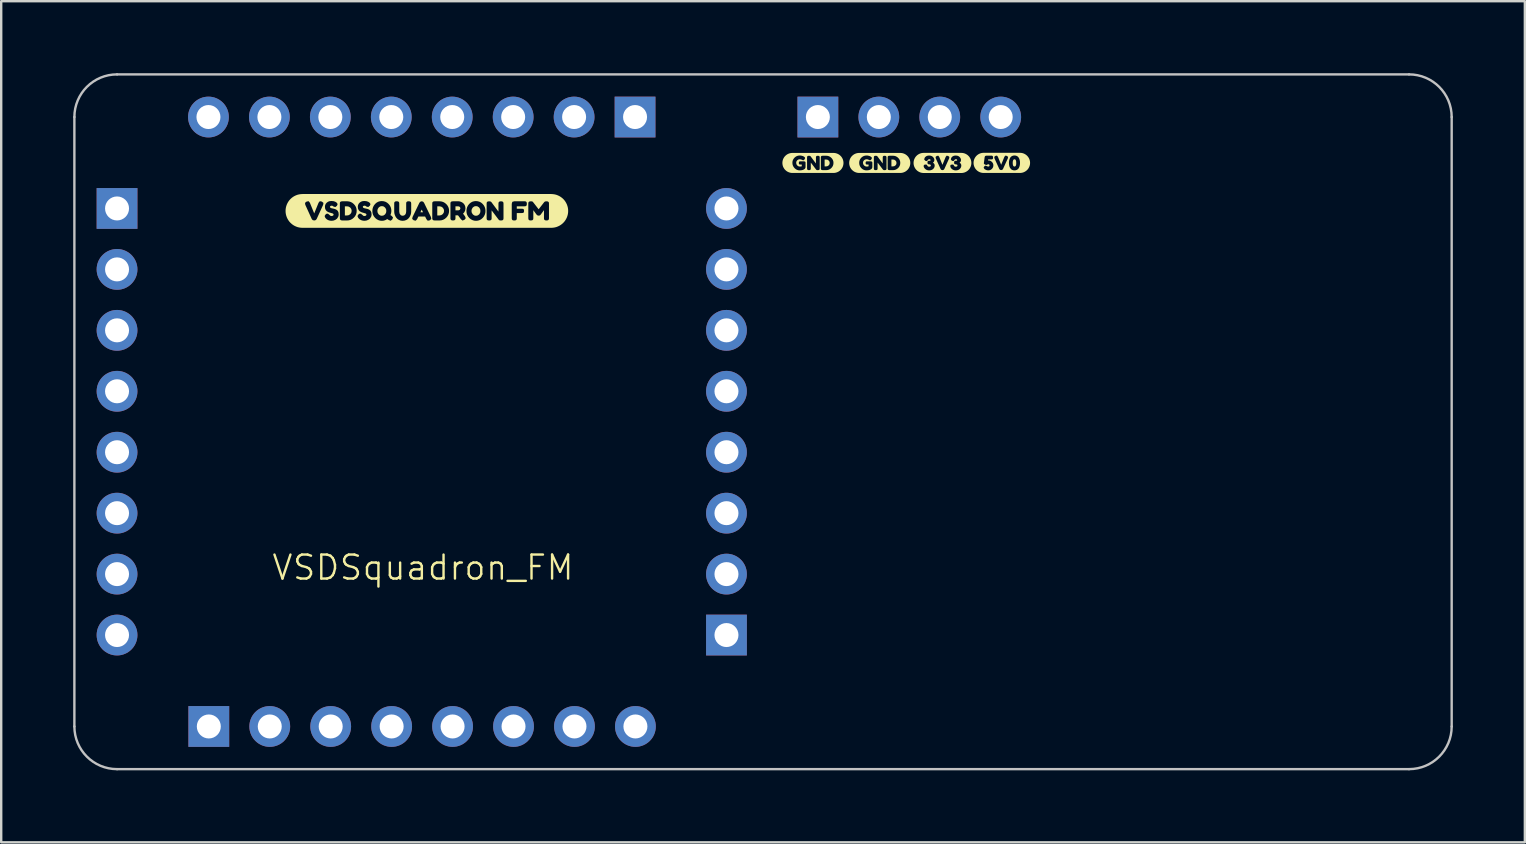
<source format=kicad_pcb>
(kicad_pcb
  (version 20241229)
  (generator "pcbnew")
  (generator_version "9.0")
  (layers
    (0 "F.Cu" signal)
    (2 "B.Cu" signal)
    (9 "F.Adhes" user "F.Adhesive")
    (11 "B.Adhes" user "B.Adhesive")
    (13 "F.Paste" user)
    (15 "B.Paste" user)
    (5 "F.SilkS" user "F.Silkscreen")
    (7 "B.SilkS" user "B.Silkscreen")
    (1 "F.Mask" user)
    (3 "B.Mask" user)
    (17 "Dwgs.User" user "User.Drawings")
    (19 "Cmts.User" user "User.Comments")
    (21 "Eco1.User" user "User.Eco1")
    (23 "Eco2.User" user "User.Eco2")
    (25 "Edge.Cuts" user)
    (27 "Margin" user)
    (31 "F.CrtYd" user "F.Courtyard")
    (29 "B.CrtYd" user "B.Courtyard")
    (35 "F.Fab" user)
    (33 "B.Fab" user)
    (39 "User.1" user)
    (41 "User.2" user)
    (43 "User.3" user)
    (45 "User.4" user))
  (footprint "VSDSquadron_FM"
    (layer "F.Cu")
    (at 14.579 14.51)
    (property "Reference" "VSDSquadron_FM" (at 0 6.096 0) (unlocked yes) (layer "F.SilkS") (effects (font (size 1 1) (thickness 0.1))))
    (attr smd)
    (fp_poly (pts (xy -0.053 -8.825) (xy -0.106 -8.714) (xy 0.001 -8.714) (xy -0.053 -8.825)) (stroke (width 0) (type solid)) (fill yes) (layer "F.SilkS"))
    (fp_poly (pts (xy 1.354 -8.794) (xy 1.48 -8.794) (xy 1.535 -8.815) (xy 1.561 -8.878) (xy 1.537 -8.937) (xy 1.478 -8.961) (xy 1.354 -8.961) (xy 1.354 -8.794)) (stroke (width 0) (type solid)) (fill yes) (layer "F.SilkS"))
    (fp_poly (pts (xy -3.255 -8.58) (xy -3.162 -8.58) (xy -3.09 -8.594) (xy -3.028 -8.636) (xy -2.986 -8.697) (xy -2.972 -8.77) (xy -2.986 -8.843) (xy -3.028 -8.905) (xy -3.09 -8.947) (xy -3.163 -8.961) (xy -3.255 -8.961) (xy -3.255 -8.58)) (stroke (width 0) (type solid)) (fill yes) (layer "F.SilkS"))
    (fp_poly (pts (xy 0.596 -8.58) (xy 0.689 -8.58) (xy 0.761 -8.594) (xy 0.823 -8.636) (xy 0.865 -8.697) (xy 0.879 -8.77) (xy 0.865 -8.843) (xy 0.823 -8.905) (xy 0.761 -8.947) (xy 0.688 -8.961) (xy 0.596 -8.961) (xy 0.596 -8.58)) (stroke (width 0) (type solid)) (fill yes) (layer "F.SilkS"))
    (fp_poly (pts (xy 16.74 -10.626) (xy 16.81 -10.626) (xy 16.864 -10.636) (xy 16.91 -10.667) (xy 16.942 -10.713) (xy 16.952 -10.768) (xy 16.942 -10.823) (xy 16.91 -10.869) (xy 16.864 -10.901) (xy 16.809 -10.911) (xy 16.74 -10.911) (xy 16.74 -10.626)) (stroke (width 0) (type solid)) (fill yes) (layer "F.SilkS"))
    (fp_poly (pts (xy 19.524 -10.626) (xy 19.594 -10.626) (xy 19.648 -10.636) (xy 19.694 -10.667) (xy 19.726 -10.713) (xy 19.736 -10.768) (xy 19.726 -10.823) (xy 19.694 -10.869) (xy 19.648 -10.901) (xy 19.593 -10.911) (xy 19.524 -10.911) (xy 19.524 -10.626)) (stroke (width 0) (type solid)) (fill yes) (layer "F.SilkS"))
    (fp_poly (pts (xy -1.714 -8.566) (xy -1.642 -8.581) (xy -1.581 -8.624) (xy -1.54 -8.689) (xy -1.527 -8.768) (xy -1.54 -8.846) (xy -1.582 -8.911) (xy -1.642 -8.956) (xy -1.713 -8.97) (xy -1.785 -8.956) (xy -1.846 -8.911) (xy -1.887 -8.846) (xy -1.901 -8.768) (xy -1.887 -8.69) (xy -1.846 -8.625) (xy -1.786 -8.581) (xy -1.714 -8.566)) (stroke (width 0) (type solid)) (fill yes) (layer "F.SilkS"))
    (fp_poly (pts (xy 2.208 -8.566) (xy 2.281 -8.581) (xy 2.341 -8.624) (xy 2.382 -8.689) (xy 2.395 -8.768) (xy 2.382 -8.846) (xy 2.341 -8.911) (xy 2.28 -8.956) (xy 2.209 -8.97) (xy 2.137 -8.956) (xy 2.076 -8.911) (xy 2.035 -8.846) (xy 2.021 -8.768) (xy 2.035 -8.691) (xy 2.077 -8.626) (xy 2.137 -8.581) (xy 2.208 -8.566)) (stroke (width 0) (type solid)) (fill yes) (layer "F.SilkS"))
    (fp_poly (pts (xy 24.652 -10.617) (xy 24.688 -10.629) (xy 24.71 -10.655) (xy 24.721 -10.694) (xy 24.726 -10.731) (xy 24.726 -10.766) (xy 24.726 -10.77) (xy 24.722 -10.837) (xy 24.708 -10.885) (xy 24.685 -10.913) (xy 24.653 -10.923) (xy 24.621 -10.913) (xy 24.598 -10.884) (xy 24.584 -10.836) (xy 24.579 -10.769) (xy 24.584 -10.703) (xy 24.598 -10.655) (xy 24.62 -10.627) (xy 24.652 -10.617)) (stroke (width 0) (type solid)) (fill yes) (layer "F.SilkS"))
    (fp_poly (pts (xy 23.367 -11.191) (xy 23.366 -11.191) (xy 23.325 -11.189) (xy 23.285 -11.183) (xy 23.245 -11.173) (xy 23.206 -11.159) (xy 23.169 -11.141) (xy 23.133 -11.12) (xy 23.1 -11.095) (xy 23.07 -11.068) (xy 23.042 -11.037) (xy 23.018 -11.004) (xy 22.997 -10.969) (xy 22.979 -10.932) (xy 22.965 -10.893) (xy 22.955 -10.853) (xy 22.949 -10.812) (xy 22.947 -10.771) (xy 22.949 -10.73) (xy 22.955 -10.69) (xy 22.965 -10.65) (xy 22.979 -10.611) (xy 22.997 -10.574) (xy 23.018 -10.538) (xy 23.042 -10.505) (xy 23.07 -10.475) (xy 23.1 -10.447) (xy 23.133 -10.423) (xy 23.169 -10.402) (xy 23.206 -10.384) (xy 23.245 -10.37) (xy 23.285 -10.36) (xy 23.325 -10.354) (xy 23.366 -10.352) (xy 23.367 -10.352) (xy 23.565 -10.352) (xy 23.565 -10.459) (xy 23.518 -10.463) (xy 23.476 -10.474) (xy 23.417 -10.504) (xy 23.399 -10.519) (xy 23.367 -10.572) (xy 23.398 -10.63) (xy 23.451 -10.659) (xy 23.51 -10.631) (xy 23.56 -10.617) (xy 23.601 -10.63) (xy 23.615 -10.666) (xy 23.6 -10.702) (xy 23.562 -10.716) (xy 23.529 -10.704) (xy 23.481 -10.683) (xy 23.425 -10.701) (xy 23.387 -10.726) (xy 23.376 -10.751) (xy 23.408 -10.995) (xy 23.412 -11.019) (xy 23.422 -11.043) (xy 23.446 -11.065) (xy 23.487 -11.073) (xy 23.683 -11.072) (xy 23.713 -11.071) (xy 23.736 -11.062) (xy 23.755 -11.038) (xy 23.761 -10.992) (xy 23.756 -10.949) (xy 23.737 -10.926) (xy 23.715 -10.918) (xy 23.688 -10.917) (xy 23.555 -10.917) (xy 23.549 -10.871) (xy 23.564 -10.873) (xy 23.568 -10.873) (xy 23.62 -10.866) (xy 23.668 -10.846) (xy 23.712 -10.813) (xy 23.746 -10.77) (xy 23.767 -10.723) (xy 23.773 -10.672) (xy 23.767 -10.615) (xy 23.747 -10.565) (xy 23.713 -10.521) (xy 23.67 -10.487) (xy 23.621 -10.466) (xy 23.565 -10.459) (xy 23.565 -10.352) (xy 24.1 -10.352) (xy 24.1 -10.471) (xy 24.051 -10.482) (xy 24.022 -10.514) (xy 23.819 -10.961) (xy 23.81 -11.021) (xy 23.858 -11.062) (xy 23.923 -11.075) (xy 23.962 -11.026) (xy 24.098 -10.692) (xy 24.233 -11.026) (xy 24.274 -11.074) (xy 24.337 -11.062) (xy 24.387 -11.021) (xy 24.377 -10.961) (xy 24.173 -10.514) (xy 24.144 -10.483) (xy 24.1 -10.471) (xy 24.1 -10.352) (xy 24.656 -10.352) (xy 24.656 -10.459) (xy 24.61 -10.463) (xy 24.569 -10.474) (xy 24.534 -10.491) (xy 24.506 -10.515) (xy 24.464 -10.571) (xy 24.449 -10.604) (xy 24.438 -10.639) (xy 24.426 -10.707) (xy 24.422 -10.77) (xy 24.423 -10.806) (xy 24.427 -10.842) (xy 24.434 -10.88) (xy 24.446 -10.923) (xy 24.463 -10.965) (xy 24.485 -11.001) (xy 24.514 -11.032) (xy 24.553 -11.057) (xy 24.6 -11.074) (xy 24.654 -11.08) (xy 24.707 -11.074) (xy 24.753 -11.058) (xy 24.791 -11.033) (xy 24.82 -11.002) (xy 24.842 -10.966) (xy 24.859 -10.925) (xy 24.871 -10.883) (xy 24.879 -10.844) (xy 24.882 -10.807) (xy 24.883 -10.769) (xy 24.882 -10.731) (xy 24.878 -10.692) (xy 24.87 -10.653) (xy 24.858 -10.611) (xy 24.841 -10.57) (xy 24.819 -10.535) (xy 24.79 -10.505) (xy 24.753 -10.481) (xy 24.707 -10.465) (xy 24.656 -10.459) (xy 24.656 -10.352) (xy 24.883 -10.352) (xy 24.883 -10.352) (xy 24.924 -10.354) (xy 24.965 -10.36) (xy 25.005 -10.37) (xy 25.044 -10.384) (xy 25.081 -10.402) (xy 25.116 -10.423) (xy 25.149 -10.447) (xy 25.18 -10.475) (xy 25.207 -10.505) (xy 25.232 -10.538) (xy 25.253 -10.574) (xy 25.271 -10.611) (xy 25.285 -10.65) (xy 25.295 -10.69) (xy 25.301 -10.73) (xy 25.303 -10.771) (xy 25.301 -10.812) (xy 25.295 -10.853) (xy 25.285 -10.893) (xy 25.271 -10.932) (xy 25.253 -10.969) (xy 25.232 -11.004) (xy 25.207 -11.037) (xy 25.18 -11.068) (xy 25.149 -11.095) (xy 25.116 -11.12) (xy 25.081 -11.141) (xy 25.044 -11.159) (xy 25.005 -11.173) (xy 24.965 -11.183) (xy 24.924 -11.189) (xy 24.883 -11.191) (xy 24.883 -11.191) (xy 23.367 -11.191)) (stroke (width 0) (type solid)) (fill yes) (layer "F.SilkS"))
    (fp_poly (pts (xy 15.397 -11.186) (xy 15.397 -11.186) (xy 15.356 -11.184) (xy 15.315 -11.178) (xy 15.276 -11.168) (xy 15.237 -11.154) (xy 15.2 -11.137) (xy 15.165 -11.116) (xy 15.132 -11.091) (xy 15.102 -11.064) (xy 15.074 -11.034) (xy 15.05 -11.001) (xy 15.029 -10.966) (xy 15.011 -10.929) (xy 14.997 -10.89) (xy 14.988 -10.85) (xy 14.982 -10.81) (xy 14.98 -10.769) (xy 14.982 -10.728) (xy 14.988 -10.688) (xy 14.997 -10.648) (xy 15.011 -10.609) (xy 15.029 -10.572) (xy 15.05 -10.537) (xy 15.074 -10.504) (xy 15.102 -10.474) (xy 15.132 -10.447) (xy 15.165 -10.422) (xy 15.2 -10.401) (xy 15.237 -10.384) (xy 15.276 -10.37) (xy 15.315 -10.36) (xy 15.356 -10.354) (xy 15.397 -10.352) (xy 15.397 -10.352) (xy 15.699 -10.352) (xy 15.699 -10.459) (xy 15.639 -10.465) (xy 15.584 -10.483) (xy 15.533 -10.512) (xy 15.486 -10.553) (xy 15.447 -10.602) (xy 15.419 -10.655) (xy 15.402 -10.714) (xy 15.397 -10.777) (xy 15.402 -10.837) (xy 15.419 -10.892) (xy 15.448 -10.943) (xy 15.487 -10.99) (xy 15.535 -11.029) (xy 15.587 -11.057) (xy 15.644 -11.073) (xy 15.705 -11.079) (xy 15.749 -11.076) (xy 15.797 -11.066) (xy 15.842 -11.052) (xy 15.879 -11.032) (xy 15.903 -11.014) (xy 15.919 -10.996) (xy 15.927 -10.972) (xy 15.907 -10.924) (xy 15.876 -10.889) (xy 15.844 -10.878) (xy 15.798 -10.898) (xy 15.754 -10.916) (xy 15.701 -10.922) (xy 15.644 -10.911) (xy 15.597 -10.879) (xy 15.565 -10.832) (xy 15.554 -10.775) (xy 15.565 -10.716) (xy 15.598 -10.665) (xy 15.647 -10.63) (xy 15.702 -10.618) (xy 15.752 -10.621) (xy 15.788 -10.629) (xy 15.788 -10.703) (xy 15.725 -10.703) (xy 15.701 -10.704) (xy 15.683 -10.711) (xy 15.669 -10.731) (xy 15.665 -10.77) (xy 15.669 -10.808) (xy 15.685 -10.828) (xy 15.704 -10.835) (xy 15.727 -10.836) (xy 15.877 -10.836) (xy 15.91 -10.83) (xy 15.931 -10.819) (xy 15.941 -10.802) (xy 15.945 -10.783) (xy 15.945 -10.761) (xy 15.945 -10.585) (xy 15.925 -10.536) (xy 15.9 -10.512) (xy 15.869 -10.493) (xy 15.821 -10.474) (xy 15.765 -10.463) (xy 15.699 -10.459) (xy 15.699 -10.352) (xy 16.085 -10.352) (xy 16.085 -10.468) (xy 16.041 -10.474) (xy 16.018 -10.493) (xy 16.01 -10.517) (xy 16.008 -10.547) (xy 16.008 -10.992) (xy 16.01 -11.021) (xy 16.018 -11.044) (xy 16.042 -11.062) (xy 16.087 -11.068) (xy 16.126 -11.063) (xy 16.148 -11.052) (xy 16.163 -11.034) (xy 16.378 -10.746) (xy 16.378 -10.992) (xy 16.38 -11.021) (xy 16.388 -11.043) (xy 16.412 -11.062) (xy 16.457 -11.068) (xy 16.501 -11.062) (xy 16.526 -11.042) (xy 16.534 -11.018) (xy 16.535 -10.989) (xy 16.535 -10.546) (xy 16.534 -10.516) (xy 16.526 -10.493) (xy 16.501 -10.474) (xy 16.456 -10.468) (xy 16.412 -10.472) (xy 16.386 -10.491) (xy 16.164 -10.784) (xy 16.164 -10.546) (xy 16.163 -10.516) (xy 16.155 -10.493) (xy 16.131 -10.474) (xy 16.085 -10.468) (xy 16.085 -10.352) (xy 16.661 -10.352) (xy 16.661 -10.469) (xy 16.618 -10.475) (xy 16.594 -10.493) (xy 16.585 -10.517) (xy 16.583 -10.548) (xy 16.583 -10.991) (xy 16.584 -11.02) (xy 16.592 -11.044) (xy 16.617 -11.063) (xy 16.662 -11.069) (xy 16.81 -11.069) (xy 16.869 -11.063) (xy 16.924 -11.047) (xy 16.974 -11.019) (xy 17.021 -10.981) (xy 17.059 -10.935) (xy 17.087 -10.885) (xy 17.104 -10.83) (xy 17.109 -10.772) (xy 17.104 -10.711) (xy 17.087 -10.655) (xy 17.059 -10.604) (xy 17.021 -10.557) (xy 16.974 -10.519) (xy 16.923 -10.491) (xy 16.867 -10.474) (xy 16.807 -10.469) (xy 16.661 -10.469) (xy 16.661 -10.352) (xy 17.109 -10.352) (xy 17.109 -10.352) (xy 17.15 -10.354) (xy 17.191 -10.36) (xy 17.23 -10.37) (xy 17.269 -10.384) (xy 17.306 -10.401) (xy 17.341 -10.422) (xy 17.374 -10.447) (xy 17.404 -10.474) (xy 17.432 -10.504) (xy 17.456 -10.537) (xy 17.477 -10.572) (xy 17.495 -10.609) (xy 17.508 -10.648) (xy 17.518 -10.688) (xy 17.524 -10.728) (xy 17.526 -10.769) (xy 17.524 -10.81) (xy 17.518 -10.85) (xy 17.508 -10.89) (xy 17.495 -10.929) (xy 17.477 -10.966) (xy 17.456 -11.001) (xy 17.432 -11.034) (xy 17.404 -11.064) (xy 17.374 -11.091) (xy 17.341 -11.116) (xy 17.306 -11.137) (xy 17.269 -11.154) (xy 17.23 -11.168) (xy 17.191 -11.178) (xy 17.15 -11.184) (xy 17.109 -11.186) (xy 17.109 -11.186) (xy 15.397 -11.186)) (stroke (width 0) (type solid)) (fill yes) (layer "F.SilkS"))
    (fp_poly (pts (xy 18.181 -11.186) (xy 18.181 -11.186) (xy 18.14 -11.184) (xy 18.099 -11.178) (xy 18.06 -11.168) (xy 18.021 -11.154) (xy 17.984 -11.137) (xy 17.949 -11.116) (xy 17.916 -11.091) (xy 17.886 -11.064) (xy 17.858 -11.034) (xy 17.834 -11.001) (xy 17.813 -10.966) (xy 17.795 -10.929) (xy 17.782 -10.89) (xy 17.772 -10.85) (xy 17.766 -10.81) (xy 17.764 -10.769) (xy 17.766 -10.728) (xy 17.772 -10.688) (xy 17.782 -10.648) (xy 17.795 -10.609) (xy 17.813 -10.572) (xy 17.834 -10.537) (xy 17.858 -10.504) (xy 17.886 -10.474) (xy 17.916 -10.447) (xy 17.949 -10.422) (xy 17.984 -10.401) (xy 18.021 -10.384) (xy 18.06 -10.37) (xy 18.099 -10.36) (xy 18.14 -10.354) (xy 18.181 -10.352) (xy 18.181 -10.352) (xy 18.483 -10.352) (xy 18.483 -10.459) (xy 18.423 -10.465) (xy 18.368 -10.483) (xy 18.317 -10.512) (xy 18.27 -10.553) (xy 18.231 -10.602) (xy 18.203 -10.655) (xy 18.186 -10.714) (xy 18.181 -10.777) (xy 18.187 -10.837) (xy 18.204 -10.892) (xy 18.232 -10.943) (xy 18.271 -10.99) (xy 18.319 -11.029) (xy 18.371 -11.057) (xy 18.428 -11.073) (xy 18.489 -11.079) (xy 18.534 -11.076) (xy 18.581 -11.066) (xy 18.626 -11.052) (xy 18.663 -11.032) (xy 18.687 -11.014) (xy 18.703 -10.996) (xy 18.711 -10.972) (xy 18.692 -10.924) (xy 18.66 -10.889) (xy 18.628 -10.878) (xy 18.582 -10.898) (xy 18.538 -10.916) (xy 18.485 -10.922) (xy 18.428 -10.911) (xy 18.381 -10.879) (xy 18.349 -10.832) (xy 18.338 -10.775) (xy 18.349 -10.716) (xy 18.383 -10.665) (xy 18.431 -10.63) (xy 18.486 -10.618) (xy 18.536 -10.621) (xy 18.572 -10.629) (xy 18.572 -10.703) (xy 18.509 -10.703) (xy 18.486 -10.704) (xy 18.468 -10.711) (xy 18.453 -10.731) (xy 18.449 -10.77) (xy 18.453 -10.808) (xy 18.469 -10.828) (xy 18.488 -10.835) (xy 18.511 -10.836) (xy 18.662 -10.836) (xy 18.695 -10.83) (xy 18.715 -10.819) (xy 18.725 -10.802) (xy 18.729 -10.783) (xy 18.729 -10.761) (xy 18.729 -10.585) (xy 18.709 -10.536) (xy 18.685 -10.512) (xy 18.653 -10.493) (xy 18.605 -10.474) (xy 18.549 -10.463) (xy 18.483 -10.459) (xy 18.483 -10.352) (xy 18.869 -10.352) (xy 18.869 -10.468) (xy 18.825 -10.474) (xy 18.802 -10.493) (xy 18.794 -10.517) (xy 18.792 -10.547) (xy 18.792 -10.992) (xy 18.794 -11.021) (xy 18.802 -11.044) (xy 18.826 -11.062) (xy 18.871 -11.068) (xy 18.91 -11.063) (xy 18.932 -11.052) (xy 18.947 -11.034) (xy 19.162 -10.746) (xy 19.162 -10.992) (xy 19.164 -11.021) (xy 19.172 -11.043) (xy 19.196 -11.062) (xy 19.241 -11.068) (xy 19.286 -11.062) (xy 19.31 -11.042) (xy 19.318 -11.018) (xy 19.319 -10.989) (xy 19.319 -10.546) (xy 19.318 -10.516) (xy 19.31 -10.493) (xy 19.286 -10.474) (xy 19.24 -10.468) (xy 19.196 -10.472) (xy 19.171 -10.491) (xy 18.948 -10.784) (xy 18.948 -10.546) (xy 18.947 -10.516) (xy 18.939 -10.493) (xy 18.915 -10.474) (xy 18.869 -10.468) (xy 18.869 -10.352) (xy 19.445 -10.352) (xy 19.445 -10.469) (xy 19.402 -10.475) (xy 19.378 -10.493) (xy 19.369 -10.517) (xy 19.367 -10.548) (xy 19.367 -10.991) (xy 19.368 -11.02) (xy 19.377 -11.044) (xy 19.401 -11.063) (xy 19.446 -11.069) (xy 19.594 -11.069) (xy 19.653 -11.063) (xy 19.708 -11.047) (xy 19.759 -11.019) (xy 19.805 -10.981) (xy 19.844 -10.935) (xy 19.871 -10.885) (xy 19.888 -10.83) (xy 19.893 -10.772) (xy 19.888 -10.711) (xy 19.871 -10.655) (xy 19.844 -10.604) (xy 19.805 -10.557) (xy 19.758 -10.519) (xy 19.707 -10.491) (xy 19.652 -10.474) (xy 19.591 -10.469) (xy 19.445 -10.469) (xy 19.445 -10.352) (xy 19.893 -10.352) (xy 19.893 -10.352) (xy 19.934 -10.354) (xy 19.975 -10.36) (xy 20.014 -10.37) (xy 20.053 -10.384) (xy 20.09 -10.401) (xy 20.125 -10.422) (xy 20.158 -10.447) (xy 20.188 -10.474) (xy 20.216 -10.504) (xy 20.24 -10.537) (xy 20.261 -10.572) (xy 20.279 -10.609) (xy 20.293 -10.648) (xy 20.303 -10.688) (xy 20.309 -10.728) (xy 20.311 -10.769) (xy 20.309 -10.81) (xy 20.303 -10.85) (xy 20.293 -10.89) (xy 20.279 -10.929) (xy 20.261 -10.966) (xy 20.24 -11.001) (xy 20.216 -11.034) (xy 20.188 -11.064) (xy 20.158 -11.091) (xy 20.125 -11.116) (xy 20.09 -11.137) (xy 20.053 -11.154) (xy 20.014 -11.168) (xy 19.975 -11.178) (xy 19.934 -11.184) (xy 19.893 -11.186) (xy 19.893 -11.186) (xy 18.181 -11.186)) (stroke (width 0) (type solid)) (fill yes) (layer "F.SilkS"))
    (fp_poly (pts (xy 20.866 -11.188) (xy 20.866 -11.188) (xy 20.825 -11.186) (xy 20.784 -11.18) (xy 20.744 -11.17) (xy 20.706 -11.156) (xy 20.669 -11.138) (xy 20.633 -11.117) (xy 20.6 -11.093) (xy 20.57 -11.065) (xy 20.542 -11.035) (xy 20.518 -11.002) (xy 20.497 -10.966) (xy 20.479 -10.929) (xy 20.465 -10.891) (xy 20.455 -10.851) (xy 20.449 -10.81) (xy 20.447 -10.769) (xy 20.449 -10.728) (xy 20.455 -10.687) (xy 20.465 -10.647) (xy 20.479 -10.609) (xy 20.497 -10.572) (xy 20.518 -10.536) (xy 20.542 -10.503) (xy 20.57 -10.473) (xy 20.6 -10.445) (xy 20.633 -10.421) (xy 20.669 -10.4) (xy 20.706 -10.382) (xy 20.744 -10.368) (xy 20.784 -10.358) (xy 20.825 -10.352) (xy 20.866 -10.35) (xy 20.866 -10.35) (xy 21.095 -10.35) (xy 21.095 -10.457) (xy 21.037 -10.464) (xy 20.983 -10.483) (xy 20.935 -10.515) (xy 20.897 -10.556) (xy 20.874 -10.601) (xy 20.866 -10.65) (xy 20.888 -10.69) (xy 20.952 -10.704) (xy 20.999 -10.694) (xy 21.024 -10.654) (xy 21.026 -10.649) (xy 21.032 -10.639) (xy 21.045 -10.626) (xy 21.066 -10.616) (xy 21.096 -10.611) (xy 21.15 -10.624) (xy 21.17 -10.66) (xy 21.153 -10.697) (xy 21.104 -10.71) (xy 21.08 -10.71) (xy 21.06 -10.714) (xy 21.041 -10.724) (xy 21.031 -10.747) (xy 21.026 -10.784) (xy 21.031 -10.827) (xy 21.049 -10.85) (xy 21.071 -10.857) (xy 21.099 -10.858) (xy 21.105 -10.858) (xy 21.145 -10.864) (xy 21.157 -10.886) (xy 21.143 -10.915) (xy 21.104 -10.926) (xy 21.067 -10.917) (xy 21.042 -10.892) (xy 21.016 -10.856) (xy 20.98 -10.846) (xy 20.934 -10.862) (xy 20.891 -10.909) (xy 20.904 -10.968) (xy 20.905 -10.971) (xy 20.91 -10.981) (xy 20.918 -10.995) (xy 20.932 -11.012) (xy 20.951 -11.03) (xy 20.976 -11.048) (xy 21.008 -11.063) (xy 21.048 -11.073) (xy 21.095 -11.077) (xy 21.158 -11.071) (xy 21.211 -11.051) (xy 21.255 -11.019) (xy 21.288 -10.978) (xy 21.308 -10.935) (xy 21.315 -10.889) (xy 21.3 -10.826) (xy 21.256 -10.784) (xy 21.304 -10.737) (xy 21.321 -10.703) (xy 21.327 -10.662) (xy 21.32 -10.606) (xy 21.298 -10.557) (xy 21.261 -10.515) (xy 21.214 -10.483) (xy 21.158 -10.464) (xy 21.095 -10.457) (xy 21.095 -10.35) (xy 21.653 -10.35) (xy 21.653 -10.469) (xy 21.605 -10.479) (xy 21.576 -10.511) (xy 21.373 -10.959) (xy 21.364 -11.018) (xy 21.412 -11.059) (xy 21.476 -11.072) (xy 21.516 -11.023) (xy 21.651 -10.689) (xy 21.787 -11.023) (xy 21.827 -11.072) (xy 21.891 -11.059) (xy 21.94 -11.018) (xy 21.93 -10.959) (xy 21.727 -10.511) (xy 21.697 -10.48) (xy 21.653 -10.469) (xy 21.653 -10.35) (xy 22.205 -10.35) (xy 22.205 -10.457) (xy 22.146 -10.464) (xy 22.093 -10.483) (xy 22.045 -10.515) (xy 22.006 -10.556) (xy 21.984 -10.601) (xy 21.976 -10.65) (xy 21.997 -10.69) (xy 22.062 -10.704) (xy 22.109 -10.694) (xy 22.134 -10.654) (xy 22.136 -10.649) (xy 22.142 -10.639) (xy 22.155 -10.626) (xy 22.176 -10.616) (xy 22.206 -10.611) (xy 22.26 -10.624) (xy 22.28 -10.66) (xy 22.263 -10.697) (xy 22.214 -10.71) (xy 22.19 -10.71) (xy 22.17 -10.714) (xy 22.151 -10.724) (xy 22.141 -10.747) (xy 22.136 -10.784) (xy 22.141 -10.827) (xy 22.159 -10.85) (xy 22.181 -10.857) (xy 22.209 -10.858) (xy 22.215 -10.858) (xy 22.254 -10.864) (xy 22.267 -10.886) (xy 22.253 -10.915) (xy 22.214 -10.926) (xy 22.177 -10.917) (xy 22.152 -10.892) (xy 22.126 -10.856) (xy 22.09 -10.846) (xy 22.044 -10.862) (xy 22.001 -10.909) (xy 22.014 -10.968) (xy 22.015 -10.971) (xy 22.02 -10.981) (xy 22.028 -10.995) (xy 22.042 -11.012) (xy 22.061 -11.03) (xy 22.086 -11.048) (xy 22.118 -11.063) (xy 22.157 -11.073) (xy 22.205 -11.077) (xy 22.268 -11.071) (xy 22.321 -11.051) (xy 22.365 -11.019) (xy 22.398 -10.978) (xy 22.418 -10.935) (xy 22.425 -10.889) (xy 22.41 -10.826) (xy 22.366 -10.784) (xy 22.414 -10.737) (xy 22.431 -10.703) (xy 22.437 -10.662) (xy 22.43 -10.606) (xy 22.408 -10.557) (xy 22.371 -10.515) (xy 22.324 -10.483) (xy 22.268 -10.464) (xy 22.205 -10.457) (xy 22.205 -10.35) (xy 22.437 -10.35) (xy 22.437 -10.35) (xy 22.478 -10.352) (xy 22.519 -10.358) (xy 22.559 -10.368) (xy 22.597 -10.382) (xy 22.634 -10.4) (xy 22.67 -10.421) (xy 22.703 -10.445) (xy 22.733 -10.473) (xy 22.761 -10.503) (xy 22.785 -10.536) (xy 22.806 -10.572) (xy 22.824 -10.609) (xy 22.838 -10.647) (xy 22.848 -10.687) (xy 22.854 -10.728) (xy 22.856 -10.769) (xy 22.854 -10.81) (xy 22.848 -10.851) (xy 22.838 -10.891) (xy 22.824 -10.929) (xy 22.806 -10.966) (xy 22.785 -11.002) (xy 22.761 -11.035) (xy 22.733 -11.065) (xy 22.703 -11.093) (xy 22.67 -11.117) (xy 22.634 -11.138) (xy 22.597 -11.156) (xy 22.559 -11.17) (xy 22.519 -11.18) (xy 22.478 -11.186) (xy 22.437 -11.188) (xy 22.437 -11.188) (xy 20.866 -11.188)) (stroke (width 0) (type solid)) (fill yes) (layer "F.SilkS"))
    (fp_poly (pts (xy -4.928 -9.473) (xy -5.024 -9.473) (xy -5.092 -9.469) (xy -5.161 -9.459) (xy -5.228 -9.443) (xy -5.293 -9.419) (xy -5.355 -9.39) (xy -5.415 -9.354) (xy -5.47 -9.313) (xy -5.521 -9.267) (xy -5.568 -9.216) (xy -5.609 -9.16) (xy -5.644 -9.101) (xy -5.674 -9.038) (xy -5.697 -8.973) (xy -5.714 -8.906) (xy -5.724 -8.838) (xy -5.727 -8.769) (xy -5.724 -8.7) (xy -5.714 -8.632) (xy -5.697 -8.565) (xy -5.674 -8.5) (xy -5.644 -8.437) (xy -5.609 -8.378) (xy -5.568 -8.322) (xy -5.521 -8.271) (xy -5.47 -8.225) (xy -5.415 -8.184) (xy -5.355 -8.148) (xy -5.293 -8.119) (xy -5.228 -8.095) (xy -5.161 -8.079) (xy -5.092 -8.069) (xy -5.024 -8.065) (xy -4.928 -8.065) (xy -4.531 -8.065) (xy -4.531 -8.371) (xy -4.595 -8.385) (xy -4.634 -8.428) (xy -4.905 -9.024) (xy -4.917 -9.104) (xy -4.853 -9.158) (xy -4.767 -9.175) (xy -4.714 -9.11) (xy -4.533 -8.665) (xy -4.352 -9.11) (xy -4.299 -9.175) (xy -4.214 -9.158) (xy -4.148 -9.103) (xy -4.161 -9.024) (xy -4.433 -8.428) (xy -4.472 -8.386) (xy -4.531 -8.371) (xy -4.531 -8.065) (xy -3.807 -8.065) (xy -3.807 -8.358) (xy -3.871 -8.363) (xy -3.924 -8.376) (xy -3.968 -8.395) (xy -4.004 -8.416) (xy -4.031 -8.439) (xy -4.051 -8.459) (xy -4.064 -8.475) (xy -4.071 -8.483) (xy -4.1 -8.557) (xy -4.051 -8.631) (xy -4.004 -8.657) (xy -3.954 -8.649) (xy -3.903 -8.608) (xy -3.856 -8.566) (xy -3.811 -8.555) (xy -3.744 -8.572) (xy -3.723 -8.625) (xy -3.753 -8.66) (xy -3.843 -8.687) (xy -3.897 -8.702) (xy -3.94 -8.717) (xy -4.005 -8.754) (xy -4.05 -8.803) (xy -4.078 -8.865) (xy -4.087 -8.94) (xy -4.078 -9.006) (xy -4.053 -9.064) (xy -4.01 -9.114) (xy -3.955 -9.153) (xy -3.89 -9.176) (xy -3.817 -9.183) (xy -3.73 -9.176) (xy -3.658 -9.153) (xy -3.598 -9.115) (xy -3.557 -9.056) (xy -3.584 -8.985) (xy -3.652 -8.93) (xy -3.729 -8.951) (xy -3.742 -8.962) (xy -3.758 -8.975) (xy -3.78 -8.984) (xy -3.818 -8.988) (xy -3.86 -8.973) (xy -3.879 -8.938) (xy -3.859 -8.901) (xy -3.813 -8.881) (xy -3.744 -8.867) (xy -3.67 -8.849) (xy -3.606 -8.819) (xy -3.555 -8.776) (xy -3.523 -8.714) (xy -3.512 -8.628) (xy -3.517 -8.574) (xy -3.532 -8.524) (xy -3.582 -8.447) (xy -3.652 -8.396) (xy -3.73 -8.367) (xy -3.807 -8.358) (xy -3.807 -8.065) (xy -3.36 -8.065) (xy -3.36 -8.371) (xy -3.418 -8.379) (xy -3.449 -8.403) (xy -3.461 -8.435) (xy -3.464 -8.476) (xy -3.464 -9.068) (xy -3.463 -9.106) (xy -3.452 -9.138) (xy -3.42 -9.163) (xy -3.359 -9.171) (xy -3.162 -9.171) (xy -3.083 -9.163) (xy -3.01 -9.142) (xy -2.942 -9.105) (xy -2.881 -9.054) (xy -2.829 -8.993) (xy -2.792 -8.926) (xy -2.77 -8.853) (xy -2.763 -8.775) (xy -2.77 -8.694) (xy -2.792 -8.62) (xy -2.829 -8.551) (xy -2.881 -8.489) (xy -2.943 -8.437) (xy -3.011 -8.4) (xy -3.085 -8.378) (xy -3.166 -8.371) (xy -3.36 -8.371) (xy -3.36 -8.065) (xy -2.437 -8.065) (xy -2.437 -8.358) (xy -2.501 -8.363) (xy -2.554 -8.376) (xy -2.599 -8.395) (xy -2.634 -8.416) (xy -2.661 -8.439) (xy -2.681 -8.459) (xy -2.694 -8.475) (xy -2.701 -8.483) (xy -2.73 -8.557) (xy -2.681 -8.631) (xy -2.634 -8.657) (xy -2.584 -8.649) (xy -2.533 -8.608) (xy -2.486 -8.566) (xy -2.441 -8.555) (xy -2.374 -8.572) (xy -2.353 -8.625) (xy -2.383 -8.66) (xy -2.473 -8.687) (xy -2.527 -8.702) (xy -2.57 -8.717) (xy -2.635 -8.754) (xy -2.68 -8.803) (xy -2.708 -8.865) (xy -2.717 -8.94) (xy -2.708 -9.006) (xy -2.683 -9.064) (xy -2.64 -9.114) (xy -2.585 -9.153) (xy -2.52 -9.176) (xy -2.447 -9.183) (xy -2.361 -9.176) (xy -2.288 -9.153) (xy -2.228 -9.115) (xy -2.187 -9.056) (xy -2.215 -8.985) (xy -2.282 -8.93) (xy -2.359 -8.951) (xy -2.372 -8.962) (xy -2.388 -8.975) (xy -2.41 -8.984) (xy -2.448 -8.988) (xy -2.49 -8.973) (xy -2.509 -8.938) (xy -2.489 -8.901) (xy -2.443 -8.881) (xy -2.374 -8.867) (xy -2.3 -8.849) (xy -2.236 -8.819) (xy -2.185 -8.776) (xy -2.153 -8.714) (xy -2.142 -8.628) (xy -2.147 -8.574) (xy -2.162 -8.524) (xy -2.212 -8.447) (xy -2.282 -8.396) (xy -2.36 -8.367) (xy -2.437 -8.358) (xy -2.437 -8.065) (xy -1.709 -8.065) (xy -1.709 -8.357) (xy -1.789 -8.364) (xy -1.863 -8.387) (xy -1.931 -8.424) (xy -1.993 -8.476) (xy -2.044 -8.539) (xy -2.081 -8.607) (xy -2.103 -8.682) (xy -2.11 -8.763) (xy -2.103 -8.847) (xy -2.082 -8.924) (xy -2.046 -8.995) (xy -1.996 -9.059) (xy -1.936 -9.112) (xy -1.869 -9.15) (xy -1.797 -9.172) (xy -1.718 -9.18) (xy -1.637 -9.172) (xy -1.563 -9.15) (xy -1.496 -9.113) (xy -1.434 -9.06) (xy -1.383 -8.997) (xy -1.346 -8.927) (xy -1.325 -8.851) (xy -1.317 -8.768) (xy -1.327 -8.681) (xy -1.355 -8.595) (xy -1.304 -8.561) (xy -1.249 -8.497) (xy -1.278 -8.415) (xy -1.346 -8.36) (xy -1.424 -8.389) (xy -1.488 -8.43) (xy -1.557 -8.39) (xy -1.631 -8.365) (xy -1.709 -8.357) (xy -1.709 -8.065) (xy -0.847 -8.065) (xy -0.847 -8.357) (xy -0.927 -8.366) (xy -0.999 -8.392) (xy -1.061 -8.432) (xy -1.111 -8.484) (xy -1.149 -8.544) (xy -1.176 -8.609) (xy -1.194 -8.677) (xy -1.199 -8.746) (xy -1.199 -9.067) (xy -1.198 -9.106) (xy -1.187 -9.138) (xy -1.155 -9.164) (xy -1.094 -9.172) (xy -1.034 -9.164) (xy -1.003 -9.138) (xy -0.991 -9.106) (xy -0.989 -9.065) (xy -0.989 -8.746) (xy -0.977 -8.665) (xy -0.932 -8.598) (xy -0.892 -8.575) (xy -0.843 -8.568) (xy -0.785 -8.58) (xy -0.739 -8.617) (xy -0.71 -8.674) (xy -0.7 -8.747) (xy -0.7 -9.072) (xy -0.698 -9.109) (xy -0.687 -9.139) (xy -0.655 -9.164) (xy -0.595 -9.172) (xy -0.536 -9.164) (xy -0.504 -9.137) (xy -0.493 -9.105) (xy -0.491 -9.065) (xy -0.491 -8.744) (xy -0.497 -8.675) (xy -0.514 -8.606) (xy -0.543 -8.542) (xy -0.581 -8.482) (xy -0.631 -8.431) (xy -0.694 -8.391) (xy -0.767 -8.366) (xy -0.847 -8.357) (xy -0.847 -8.065) (xy 0.198 -8.065) (xy 0.198 -8.361) (xy 0.142 -8.427) (xy 0.089 -8.536) (xy -0.192 -8.536) (xy -0.245 -8.426) (xy -0.302 -8.362) (xy -0.386 -8.379) (xy -0.45 -8.434) (xy -0.435 -8.515) (xy -0.148 -9.11) (xy -0.108 -9.154) (xy -0.051 -9.171) (xy 0.004 -9.155) (xy 0.044 -9.109) (xy 0.331 -8.515) (xy 0.346 -8.434) (xy 0.283 -8.378) (xy 0.198 -8.361) (xy 0.198 -8.065) (xy 0.491 -8.065) (xy 0.491 -8.371) (xy 0.433 -8.379) (xy 0.402 -8.403) (xy 0.39 -8.435) (xy 0.387 -8.476) (xy 0.387 -9.068) (xy 0.389 -9.106) (xy 0.399 -9.138) (xy 0.432 -9.163) (xy 0.492 -9.171) (xy 0.689 -9.171) (xy 0.768 -9.163) (xy 0.841 -9.142) (xy 0.909 -9.105) (xy 0.971 -9.054) (xy 1.022 -8.993) (xy 1.059 -8.926) (xy 1.081 -8.853) (xy 1.088 -8.775) (xy 1.081 -8.694) (xy 1.059 -8.62) (xy 1.022 -8.551) (xy 0.971 -8.489) (xy 0.909 -8.437) (xy 0.84 -8.4) (xy 0.766 -8.378) (xy 0.686 -8.371) (xy 0.491 -8.371) (xy 0.491 -8.065) (xy 1.647 -8.065) (xy 1.647 -8.367) (xy 1.583 -8.42) (xy 1.46 -8.586) (xy 1.354 -8.586) (xy 1.354 -8.475) (xy 1.352 -8.435) (xy 1.341 -8.404) (xy 1.309 -8.379) (xy 1.249 -8.371) (xy 1.189 -8.379) (xy 1.157 -8.405) (xy 1.146 -8.437) (xy 1.145 -8.476) (xy 1.145 -9.067) (xy 1.146 -9.105) (xy 1.157 -9.136) (xy 1.189 -9.163) (xy 1.25 -9.171) (xy 1.48 -9.171) (xy 1.526 -9.166) (xy 1.574 -9.152) (xy 1.622 -9.13) (xy 1.668 -9.1) (xy 1.709 -9.059) (xy 1.742 -9.006) (xy 1.763 -8.945) (xy 1.771 -8.877) (xy 1.759 -8.791) (xy 1.726 -8.717) (xy 1.67 -8.655) (xy 1.752 -8.545) (xy 1.783 -8.466) (xy 1.728 -8.398) (xy 1.647 -8.367) (xy 1.647 -8.065) (xy 2.214 -8.065) (xy 2.214 -8.357) (xy 2.134 -8.364) (xy 2.06 -8.387) (xy 1.992 -8.424) (xy 1.93 -8.476) (xy 1.878 -8.539) (xy 1.841 -8.607) (xy 1.819 -8.682) (xy 1.812 -8.763) (xy 1.819 -8.847) (xy 1.84 -8.924) (xy 1.876 -8.995) (xy 1.926 -9.059) (xy 1.987 -9.112) (xy 2.053 -9.15) (xy 2.126 -9.172) (xy 2.204 -9.18) (xy 2.285 -9.172) (xy 2.359 -9.15) (xy 2.427 -9.113) (xy 2.488 -9.06) (xy 2.539 -8.997) (xy 2.576 -8.927) (xy 2.598 -8.851) (xy 2.605 -8.768) (xy 2.598 -8.686) (xy 2.576 -8.611) (xy 2.54 -8.541) (xy 2.49 -8.478) (xy 2.429 -8.425) (xy 2.363 -8.387) (xy 2.291 -8.365) (xy 2.214 -8.357) (xy 2.214 -8.065) (xy 2.756 -8.065) (xy 2.756 -8.37) (xy 2.697 -8.378) (xy 2.666 -8.403) (xy 2.655 -8.435) (xy 2.653 -8.475) (xy 2.653 -9.069) (xy 2.655 -9.107) (xy 2.667 -9.138) (xy 2.698 -9.162) (xy 2.758 -9.17) (xy 2.81 -9.163) (xy 2.84 -9.148) (xy 2.86 -9.125) (xy 3.146 -8.74) (xy 3.146 -9.069) (xy 3.149 -9.107) (xy 3.16 -9.137) (xy 3.192 -9.162) (xy 3.252 -9.17) (xy 3.311 -9.162) (xy 3.343 -9.135) (xy 3.354 -9.104) (xy 3.356 -9.064) (xy 3.356 -8.474) (xy 3.354 -8.434) (xy 3.343 -8.403) (xy 3.311 -8.378) (xy 3.25 -8.37) (xy 3.191 -8.376) (xy 3.158 -8.4) (xy 2.861 -8.792) (xy 2.861 -8.474) (xy 2.86 -8.434) (xy 2.849 -8.403) (xy 2.817 -8.378) (xy 2.756 -8.37) (xy 2.756 -8.065) (xy 3.804 -8.065) (xy 3.804 -8.37) (xy 3.745 -8.378) (xy 3.713 -8.404) (xy 3.702 -8.435) (xy 3.7 -8.475) (xy 3.7 -9.067) (xy 3.724 -9.148) (xy 3.808 -9.171) (xy 4.227 -9.171) (xy 4.265 -9.169) (xy 4.296 -9.158) (xy 4.322 -9.126) (xy 4.33 -9.065) (xy 4.322 -9.005) (xy 4.295 -8.974) (xy 4.264 -8.963) (xy 4.224 -8.961) (xy 3.91 -8.961) (xy 3.91 -8.859) (xy 4.12 -8.859) (xy 4.157 -8.858) (xy 4.185 -8.848) (xy 4.207 -8.821) (xy 4.213 -8.768) (xy 4.207 -8.718) (xy 4.184 -8.692) (xy 4.156 -8.683) (xy 4.119 -8.681) (xy 3.91 -8.681) (xy 3.91 -8.474) (xy 3.908 -8.434) (xy 3.897 -8.403) (xy 3.865 -8.378) (xy 3.804 -8.37) (xy 3.804 -8.065) (xy 4.493 -8.065) (xy 4.493 -8.371) (xy 4.434 -8.379) (xy 4.403 -8.404) (xy 4.393 -8.436) (xy 4.39 -8.476) (xy 4.39 -9.067) (xy 4.392 -9.105) (xy 4.403 -9.136) (xy 4.435 -9.162) (xy 4.496 -9.17) (xy 4.526 -9.168) (xy 4.547 -9.165) (xy 4.561 -9.16) (xy 4.571 -9.154) (xy 4.58 -9.146) (xy 4.587 -9.138) (xy 4.821 -8.838) (xy 5.053 -9.136) (xy 5.087 -9.163) (xy 5.148 -9.17) (xy 5.207 -9.162) (xy 5.239 -9.136) (xy 5.25 -9.104) (xy 5.252 -9.064) (xy 5.252 -8.474) (xy 5.25 -8.435) (xy 5.238 -8.404) (xy 5.207 -8.379) (xy 5.147 -8.371) (xy 5.087 -8.379) (xy 5.055 -8.405) (xy 5.044 -8.437) (xy 5.043 -8.476) (xy 5.043 -8.801) (xy 4.909 -8.619) (xy 4.902 -8.61) (xy 4.891 -8.597) (xy 4.876 -8.586) (xy 4.852 -8.576) (xy 4.821 -8.572) (xy 4.769 -8.584) (xy 4.731 -8.619) (xy 4.599 -8.8) (xy 4.599 -8.474) (xy 4.597 -8.435) (xy 4.586 -8.404) (xy 4.554 -8.379) (xy 4.493 -8.371) (xy 4.493 -8.065) (xy 5.252 -8.065) (xy 5.348 -8.065) (xy 5.416 -8.069) (xy 5.485 -8.079) (xy 5.552 -8.095) (xy 5.617 -8.119) (xy 5.679 -8.148) (xy 5.739 -8.184) (xy 5.794 -8.225) (xy 5.845 -8.271) (xy 5.892 -8.322) (xy 5.933 -8.378) (xy 5.968 -8.437) (xy 5.998 -8.5) (xy 6.021 -8.565) (xy 6.038 -8.632) (xy 6.048 -8.7) (xy 6.051 -8.769) (xy 6.048 -8.838) (xy 6.038 -8.906) (xy 6.021 -8.973) (xy 5.998 -9.038) (xy 5.968 -9.101) (xy 5.933 -9.16) (xy 5.892 -9.216) (xy 5.845 -9.267) (xy 5.794 -9.313) (xy 5.739 -9.354) (xy 5.679 -9.39) (xy 5.617 -9.419) (xy 5.552 -9.443) (xy 5.485 -9.459) (xy 5.416 -9.469) (xy 5.348 -9.473) (xy 5.252 -9.473) (xy -4.928 -9.473)) (stroke (width 0) (type solid)) (fill yes) (layer "F.SilkS"))
    (fp_line (start -14.529 12.718) (end -14.529 -12.682) (stroke (width 0.1) (type default)) (layer "Dwgs.User"))
    (fp_line (start -12.751 -14.46) (end 41.097 -14.46) (stroke (width 0.1) (type default)) (layer "Dwgs.User"))
    (fp_line (start 41.097 14.496) (end -12.751 14.496) (stroke (width 0.1) (type default)) (layer "Dwgs.User"))
    (fp_line (start 42.875 -12.682) (end 42.875 12.718) (stroke (width 0.1) (type default)) (layer "Dwgs.User"))
    (fp_arc (start -14.528764 -12.681764) (mid -14.008 -13.939) (end -12.750764 -14.459764) (stroke (width 0.1) (type default)) (layer "Dwgs.User"))
    (fp_arc (start -12.750764 14.496236) (mid -14.008 13.975472) (end -14.528764 12.718236) (stroke (width 0.1) (type default)) (layer "Dwgs.User"))
    (fp_arc (start 41.097236 -14.459764) (mid 42.354447 -13.938975) (end 42.875236 -12.681764) (stroke (width 0.1) (type default)) (layer "Dwgs.User"))
    (fp_arc (start 42.875236 12.718236) (mid 42.354461 13.975461) (end 41.097236 14.496236) (stroke (width 0.1) (type default)) (layer "Dwgs.User"))
    (pad "1" thru_hole rect (at -12.751 -8.872) (size 1.7 1.7) (drill 1) (layers "*.Cu" "*.Mask"))
    (pad "2" thru_hole oval (at -12.751 -6.332) (size 1.7 1.7) (drill 1) (layers "*.Cu" "*.Mask"))
    (pad "3" thru_hole oval (at -12.751 -3.792) (size 1.7 1.7) (drill 1) (layers "*.Cu" "*.Mask"))
    (pad "4" thru_hole oval (at -12.751 -1.252) (size 1.7 1.7) (drill 1) (layers "*.Cu" "*.Mask"))
    (pad "5" thru_hole oval (at -12.751 1.288) (size 1.7 1.7) (drill 1) (layers "*.Cu" "*.Mask"))
    (pad "6" thru_hole oval (at -12.751 3.828) (size 1.7 1.7) (drill 1) (layers "*.Cu" "*.Mask"))
    (pad "7" thru_hole oval (at -12.751 6.368) (size 1.7 1.7) (drill 1) (layers "*.Cu" "*.Mask"))
    (pad "8" thru_hole oval (at -12.751 8.908) (size 1.7 1.7) (drill 1) (layers "*.Cu" "*.Mask"))
    (pad "9" thru_hole rect (at -8.926 12.718 90) (size 1.7 1.7) (drill 1) (layers "*.Cu" "*.Mask"))
    (pad "10" thru_hole oval (at -6.386 12.718 90) (size 1.7 1.7) (drill 1) (layers "*.Cu" "*.Mask"))
    (pad "11" thru_hole oval (at -3.846 12.718 90) (size 1.7 1.7) (drill 1) (layers "*.Cu" "*.Mask"))
    (pad "12" thru_hole oval (at -1.306 12.718 90) (size 1.7 1.7) (drill 1) (layers "*.Cu" "*.Mask"))
    (pad "13" thru_hole oval (at 1.234 12.718 90) (size 1.7 1.7) (drill 1) (layers "*.Cu" "*.Mask"))
    (pad "14" thru_hole oval (at 3.774 12.718 90) (size 1.7 1.7) (drill 1) (layers "*.Cu" "*.Mask"))
    (pad "15" thru_hole oval (at 6.314 12.718 90) (size 1.7 1.7) (drill 1) (layers "*.Cu" "*.Mask"))
    (pad "16" thru_hole oval (at 8.854 12.718 90) (size 1.7 1.7) (drill 1) (layers "*.Cu" "*.Mask"))
    (pad "17" thru_hole rect (at 12.649 8.908 180) (size 1.7 1.7) (drill 1) (layers "*.Cu" "*.Mask"))
    (pad "18" thru_hole oval (at 12.649 6.368 180) (size 1.7 1.7) (drill 1) (layers "*.Cu" "*.Mask"))
    (pad "19" thru_hole oval (at 12.649 3.828 180) (size 1.7 1.7) (drill 1) (layers "*.Cu" "*.Mask"))
    (pad "20" thru_hole oval (at 12.649 1.288 180) (size 1.7 1.7) (drill 1) (layers "*.Cu" "*.Mask"))
    (pad "21" thru_hole oval (at 12.649 -1.252 180) (size 1.7 1.7) (drill 1) (layers "*.Cu" "*.Mask"))
    (pad "22" thru_hole oval (at 12.649 -3.792 180) (size 1.7 1.7) (drill 1) (layers "*.Cu" "*.Mask"))
    (pad "23" thru_hole oval (at 12.649 -6.332 180) (size 1.7 1.7) (drill 1) (layers "*.Cu" "*.Mask"))
    (pad "24" thru_hole oval (at 12.649 -8.872 180) (size 1.7 1.7) (drill 1) (layers "*.Cu" "*.Mask"))
    (pad "25" thru_hole rect (at 8.839 -12.682 270) (size 1.7 1.7) (drill 1) (layers "*.Cu" "*.Mask"))
    (pad "26" thru_hole oval (at 6.299 -12.682 270) (size 1.7 1.7) (drill 1) (layers "*.Cu" "*.Mask"))
    (pad "27" thru_hole oval (at 3.759 -12.682 270) (size 1.7 1.7) (drill 1) (layers "*.Cu" "*.Mask"))
    (pad "28" thru_hole oval (at 1.219 -12.682 270) (size 1.7 1.7) (drill 1) (layers "*.Cu" "*.Mask"))
    (pad "29" thru_hole oval (at -1.321 -12.682 270) (size 1.7 1.7) (drill 1) (layers "*.Cu" "*.Mask"))
    (pad "30" thru_hole oval (at -3.861 -12.682 270) (size 1.7 1.7) (drill 1) (layers "*.Cu" "*.Mask"))
    (pad "31" thru_hole oval (at -6.401 -12.682 270) (size 1.7 1.7) (drill 1) (layers "*.Cu" "*.Mask"))
    (pad "32" thru_hole oval (at -8.941 -12.682 270) (size 1.7 1.7) (drill 1) (layers "*.Cu" "*.Mask"))
    (pad "33" thru_hole rect (at 16.459 -12.682 90) (size 1.7 1.7) (drill 1) (layers "*.Cu" "*.Mask"))
    (pad "34" thru_hole oval (at 18.999 -12.682 90) (size 1.7 1.7) (drill 1) (layers "*.Cu" "*.Mask"))
    (pad "35" thru_hole oval (at 21.539 -12.682 90) (size 1.7 1.7) (drill 1) (layers "*.Cu" "*.Mask"))
    (pad "36" thru_hole oval (at 24.079 -12.682 90) (size 1.7 1.7) (drill 1) (layers "*.Cu" "*.Mask")))
  (gr_rect
    (start -3 -3)
    (end 60.504 32.056)
    (stroke (width 0.1) (type default))
    (fill no)
    (layer "Edge.Cuts")))
</source>
